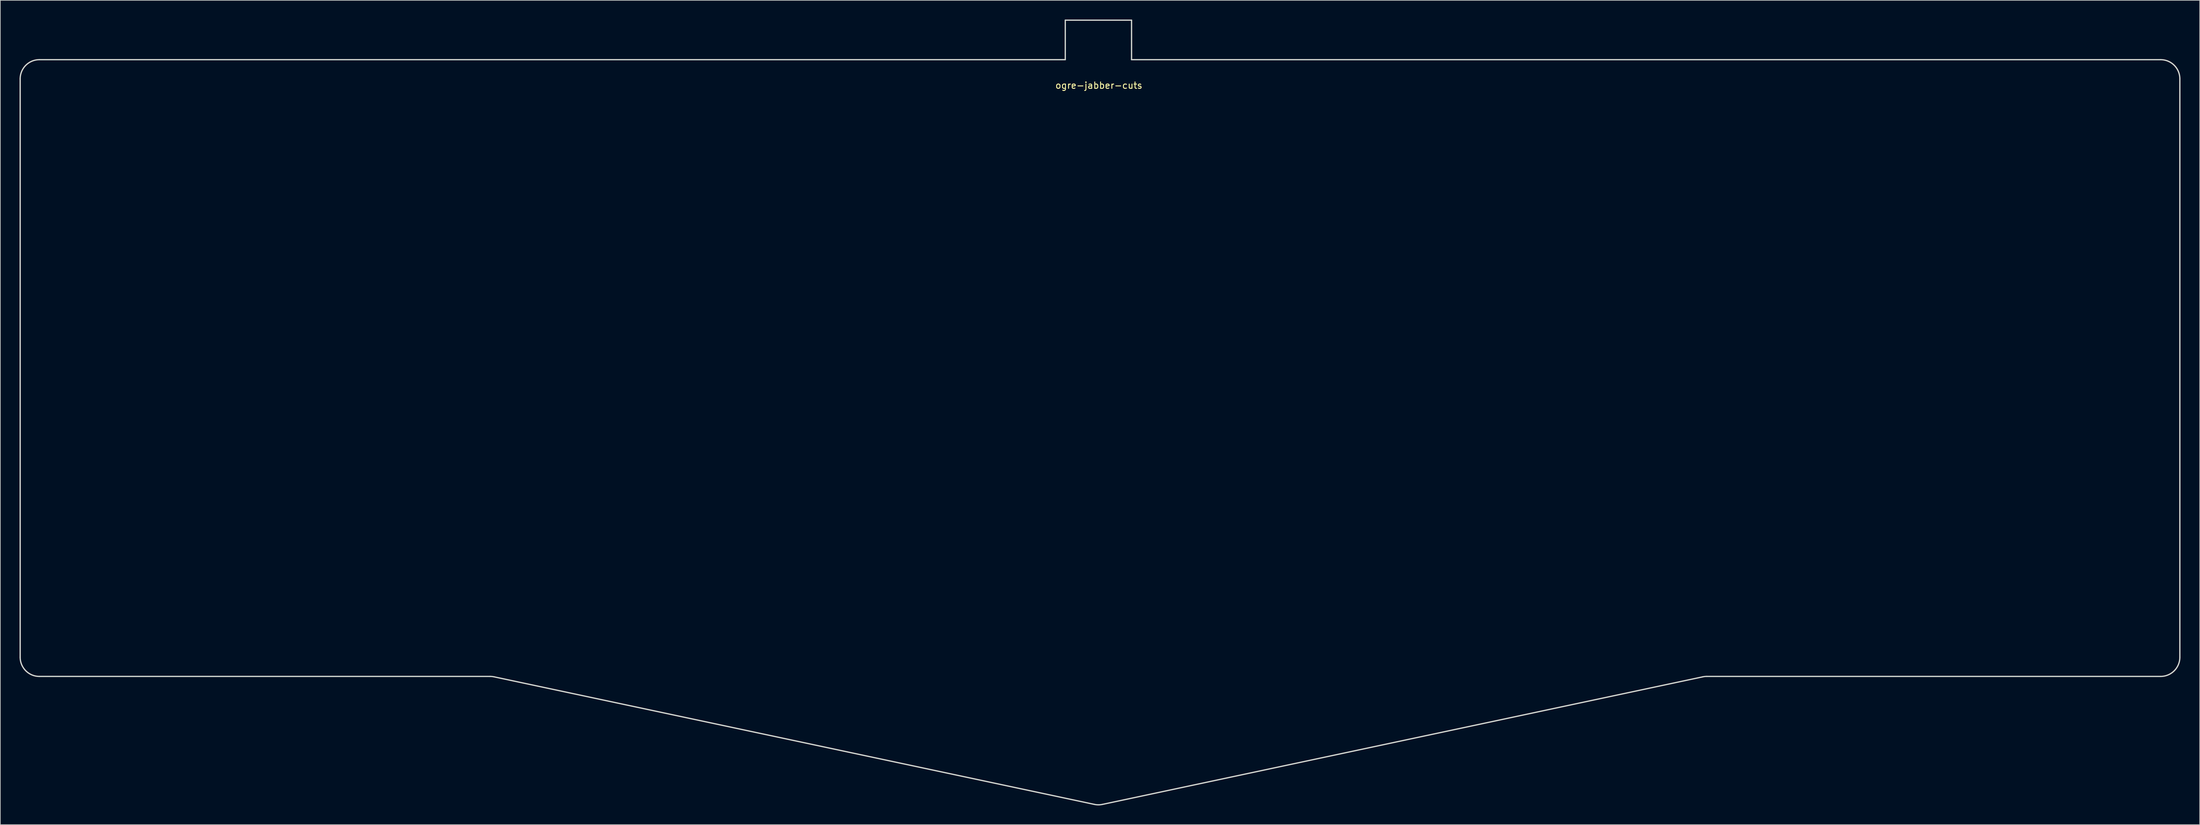
<source format=kicad_pcb>
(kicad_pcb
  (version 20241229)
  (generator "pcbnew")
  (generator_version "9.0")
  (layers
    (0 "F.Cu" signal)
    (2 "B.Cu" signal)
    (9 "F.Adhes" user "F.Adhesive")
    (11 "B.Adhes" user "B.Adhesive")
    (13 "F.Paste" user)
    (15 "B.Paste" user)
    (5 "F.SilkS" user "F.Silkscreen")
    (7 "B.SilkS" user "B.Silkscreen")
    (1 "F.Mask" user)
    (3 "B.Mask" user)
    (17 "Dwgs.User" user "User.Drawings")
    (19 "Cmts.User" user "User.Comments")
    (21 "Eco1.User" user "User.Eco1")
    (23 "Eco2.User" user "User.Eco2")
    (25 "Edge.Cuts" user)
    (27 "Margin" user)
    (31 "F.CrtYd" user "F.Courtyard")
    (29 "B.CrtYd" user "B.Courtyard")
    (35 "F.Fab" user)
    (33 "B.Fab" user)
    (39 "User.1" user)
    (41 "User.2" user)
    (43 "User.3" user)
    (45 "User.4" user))
  (footprint "ogre-jabber-cuts"
    (layer "F.Cu")
    (at 168.543 10.795)
    (property "Reference" "ogre-jabber-cuts" (at 0 -0.5 0) (unlocked yes) (layer "F.SilkS") (effects (font (size 1 1) (thickness 0.15))))
    (attr through_hole)
    (fp_curve (pts (xy -168.443 -1.523) (xy -168.443 -1.523) (xy -168.443 88.817) (xy -168.443 88.817)) (stroke (width 0.2) (type solid)) (layer "Edge.Cuts"))
    (fp_curve (pts (xy -168.443 88.817) (xy -168.443 90.474) (xy -167.1 91.817) (xy -165.443 91.817)) (stroke (width 0.2) (type solid)) (layer "Edge.Cuts"))
    (fp_curve (pts (xy -165.443 -4.523) (xy -167.1 -4.523) (xy -168.443 -3.179) (xy -168.443 -1.523)) (stroke (width 0.2) (type solid)) (layer "Edge.Cuts"))
    (fp_curve (pts (xy -165.443 91.817) (xy -165.443 91.817) (xy -95.066 91.817) (xy -95.066 91.817)) (stroke (width 0.2) (type solid)) (layer "Edge.Cuts"))
    (fp_curve (pts (xy -95.066 91.817) (xy -94.856 91.817) (xy -94.647 91.839) (xy -94.442 91.883)) (stroke (width 0.2) (type solid)) (layer "Edge.Cuts"))
    (fp_curve (pts (xy -94.442 91.883) (xy -94.442 91.883) (xy -0.697 111.809) (xy -0.697 111.809)) (stroke (width 0.2) (type solid)) (layer "Edge.Cuts"))
    (fp_curve (pts (xy -5.248 -10.695) (xy -5.248 -10.695) (xy -5.248 -4.523) (xy -5.248 -4.523)) (stroke (width 0.2) (type solid)) (layer "Edge.Cuts"))
    (fp_curve (pts (xy -5.248 -4.523) (xy -5.248 -4.523) (xy -165.443 -4.523) (xy -165.443 -4.523)) (stroke (width 0.2) (type solid)) (layer "Edge.Cuts"))
    (fp_curve (pts (xy -0.697 111.809) (xy -0.285 111.897) (xy 0.14 111.897) (xy 0.551 111.809)) (stroke (width 0.2) (type solid)) (layer "Edge.Cuts"))
    (fp_curve (pts (xy 0.551 111.809) (xy 0.551 111.809) (xy 94.296 91.883) (xy 94.296 91.883)) (stroke (width 0.2) (type solid)) (layer "Edge.Cuts"))
    (fp_curve (pts (xy 5.102 -10.694) (xy 5.102 -10.694) (xy -5.248 -10.695) (xy -5.248 -10.695)) (stroke (width 0.2) (type solid)) (layer "Edge.Cuts"))
    (fp_curve (pts (xy 5.102 -4.523) (xy 5.102 -4.523) (xy 5.102 -10.694) (xy 5.102 -10.694)) (stroke (width 0.2) (type solid)) (layer "Edge.Cuts"))
    (fp_curve (pts (xy 94.296 91.883) (xy 94.501 91.839) (xy 94.71 91.817) (xy 94.92 91.817)) (stroke (width 0.2) (type solid)) (layer "Edge.Cuts"))
    (fp_curve (pts (xy 94.92 91.817) (xy 94.92 91.817) (xy 165.796 91.817) (xy 165.796 91.817)) (stroke (width 0.2) (type solid)) (layer "Edge.Cuts"))
    (fp_curve (pts (xy 165.796 -4.523) (xy 165.796 -4.523) (xy 5.102 -4.523) (xy 5.102 -4.523)) (stroke (width 0.2) (type solid)) (layer "Edge.Cuts"))
    (fp_curve (pts (xy 165.796 91.817) (xy 167.453 91.817) (xy 168.796 90.474) (xy 168.796 88.817)) (stroke (width 0.2) (type solid)) (layer "Edge.Cuts"))
    (fp_curve (pts (xy 168.796 -1.523) (xy 168.796 -3.179) (xy 167.453 -4.523) (xy 165.796 -4.523)) (stroke (width 0.2) (type solid)) (layer "Edge.Cuts"))
    (fp_curve (pts (xy 168.796 88.817) (xy 168.796 88.817) (xy 168.796 -1.523) (xy 168.796 -1.523)) (stroke (width 0.2) (type solid)) (layer "Edge.Cuts")))
  (gr_rect
    (start -3 -3)
    (end 340.439 125.769)
    (stroke (width 0.1) (type default))
    (fill no)
    (layer "Edge.Cuts")))
</source>
